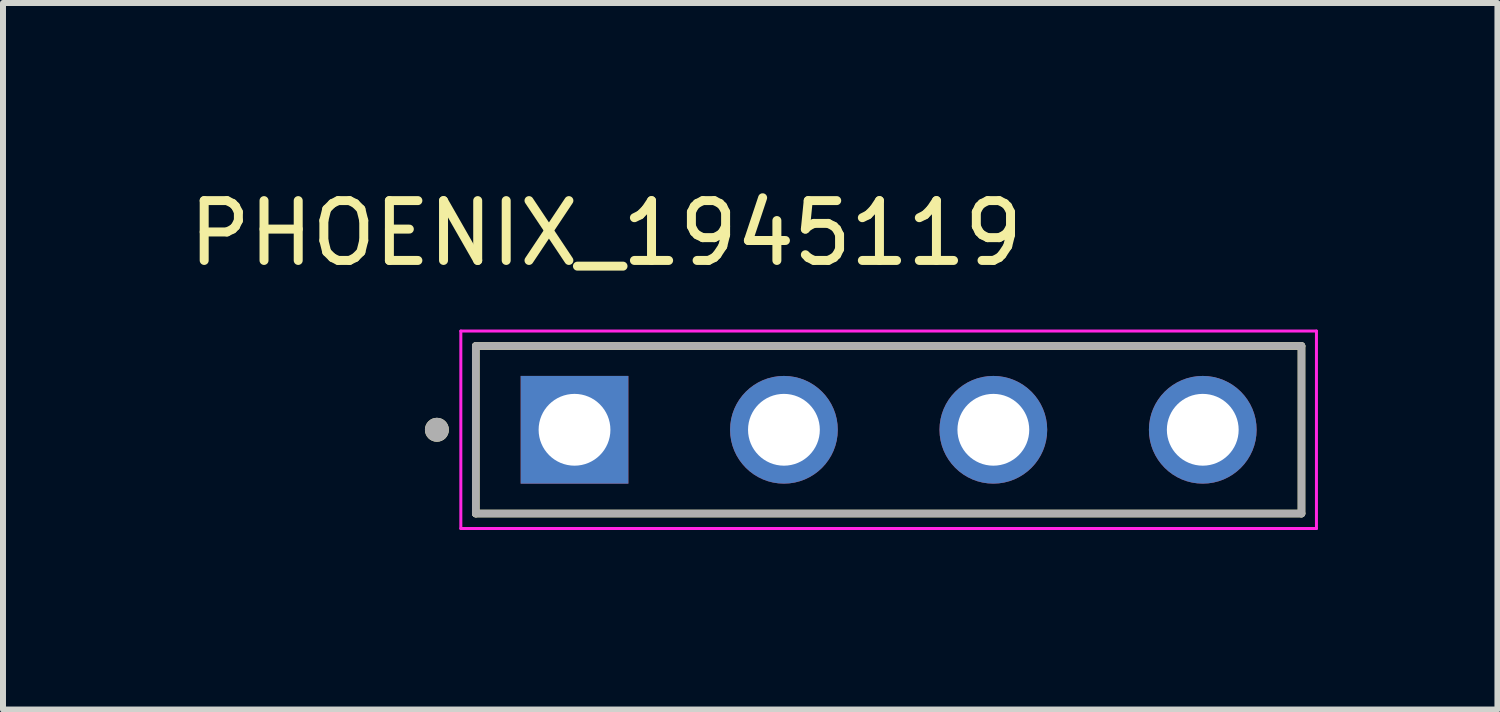
<source format=kicad_pcb>
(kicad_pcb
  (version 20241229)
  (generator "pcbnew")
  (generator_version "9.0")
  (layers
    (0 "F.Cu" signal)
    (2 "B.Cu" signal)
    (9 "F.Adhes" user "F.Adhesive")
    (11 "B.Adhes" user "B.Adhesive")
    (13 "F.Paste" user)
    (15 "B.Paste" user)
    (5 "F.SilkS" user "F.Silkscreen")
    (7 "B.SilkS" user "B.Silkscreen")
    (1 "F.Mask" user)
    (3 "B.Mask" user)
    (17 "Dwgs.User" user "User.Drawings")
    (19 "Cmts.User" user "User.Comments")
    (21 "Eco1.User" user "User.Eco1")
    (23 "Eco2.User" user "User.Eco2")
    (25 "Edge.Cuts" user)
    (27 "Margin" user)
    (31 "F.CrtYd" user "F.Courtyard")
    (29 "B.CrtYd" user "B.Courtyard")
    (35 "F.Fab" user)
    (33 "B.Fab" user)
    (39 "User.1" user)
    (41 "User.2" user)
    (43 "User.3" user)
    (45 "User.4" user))
  (footprint "PHOENIX_1945119"
    (layer "F.Cu")
    (at 4.902 5.533)
    (property "Reference" "PHOENIX_1945119" (at 2.175 -4.685 0) (layer "F.SilkS") (effects (font (size 1 1) (thickness 0.15))))
    (attr through_hole)
    (fp_line (start 0 0) (end 0 -2.8) (stroke (width 0.127) (type solid)) (layer "F.SilkS"))
    (fp_line (start 13.8 -2.8) (end 0 -2.8) (stroke (width 0.127) (type solid)) (layer "F.SilkS"))
    (fp_line (start 13.8 -2.8) (end 13.8 0) (stroke (width 0.127) (type solid)) (layer "F.SilkS"))
    (fp_line (start 13.8 0) (end 0 0) (stroke (width 0.127) (type solid)) (layer "F.SilkS"))
    (fp_circle (center -0.65 -1.4) (end -0.55 -1.4) (stroke (width 0.2) (type solid)) (fill no) (layer "F.SilkS"))
    (fp_line (start -0.25 -3.05) (end 14.05 -3.05) (stroke (width 0.05) (type solid)) (layer "F.CrtYd"))
    (fp_line (start -0.25 0.25) (end -0.25 -3.05) (stroke (width 0.05) (type solid)) (layer "F.CrtYd"))
    (fp_line (start 14.05 -3.05) (end 14.05 0.25) (stroke (width 0.05) (type solid)) (layer "F.CrtYd"))
    (fp_line (start 14.05 0.25) (end -0.25 0.25) (stroke (width 0.05) (type solid)) (layer "F.CrtYd"))
    (fp_line (start 0 -2.8) (end 13.8 -2.8) (stroke (width 0.127) (type solid)) (layer "F.Fab"))
    (fp_line (start 0 0) (end 0 -2.8) (stroke (width 0.127) (type solid)) (layer "F.Fab"))
    (fp_line (start 13.8 -2.8) (end 13.8 0) (stroke (width 0.127) (type solid)) (layer "F.Fab"))
    (fp_line (start 13.8 0) (end 0 0) (stroke (width 0.127) (type solid)) (layer "F.Fab"))
    (fp_circle (center -0.65 -1.4) (end -0.55 -1.4) (stroke (width 0.2) (type solid)) (fill no) (layer "F.Fab"))
    (pad "01" thru_hole rect (at 1.65 -1.4) (size 1.8 1.8) (drill 1.2) (layers "*.Cu" "*.Mask"))
    (pad "02" thru_hole circle (at 5.15 -1.4) (size 1.8 1.8) (drill 1.2) (layers "*.Cu" "*.Mask"))
    (pad "03" thru_hole circle (at 8.65 -1.4) (size 1.8 1.8) (drill 1.2) (layers "*.Cu" "*.Mask"))
    (pad "04" thru_hole circle (at 12.15 -1.4) (size 1.8 1.8) (drill 1.2) (layers "*.Cu" "*.Mask")))
  (gr_rect
    (start -3 -3)
    (end 21.977 8.808)
    (stroke (width 0.1) (type default))
    (fill no)
    (layer "Edge.Cuts")))
</source>
